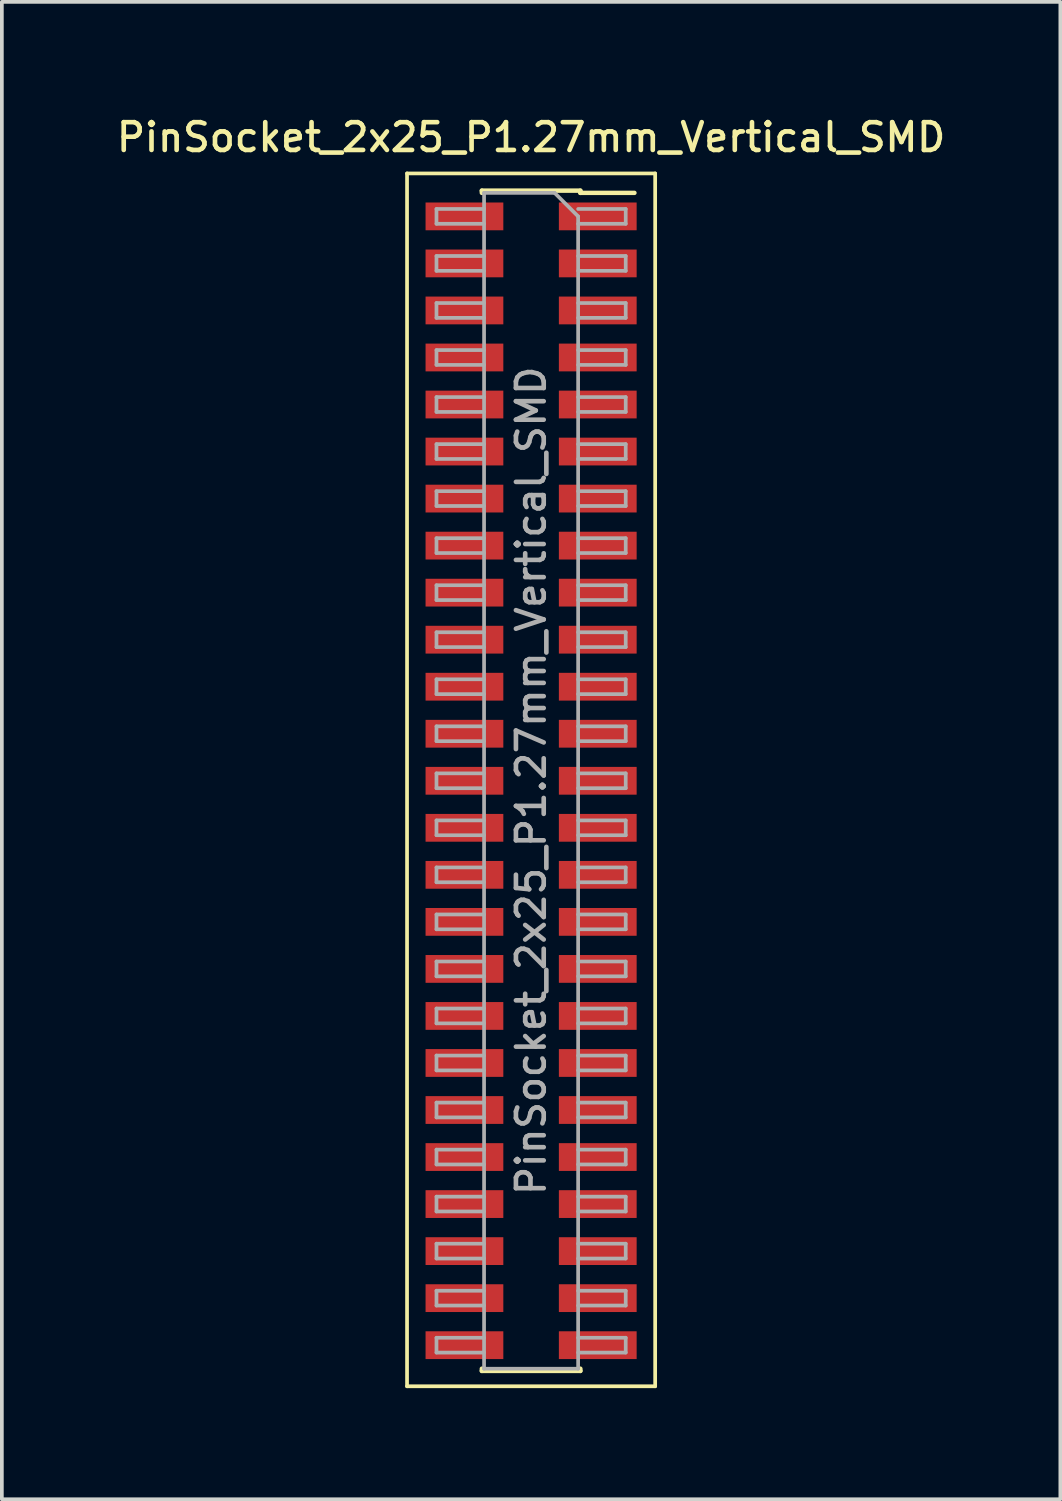
<source format=kicad_pcb>
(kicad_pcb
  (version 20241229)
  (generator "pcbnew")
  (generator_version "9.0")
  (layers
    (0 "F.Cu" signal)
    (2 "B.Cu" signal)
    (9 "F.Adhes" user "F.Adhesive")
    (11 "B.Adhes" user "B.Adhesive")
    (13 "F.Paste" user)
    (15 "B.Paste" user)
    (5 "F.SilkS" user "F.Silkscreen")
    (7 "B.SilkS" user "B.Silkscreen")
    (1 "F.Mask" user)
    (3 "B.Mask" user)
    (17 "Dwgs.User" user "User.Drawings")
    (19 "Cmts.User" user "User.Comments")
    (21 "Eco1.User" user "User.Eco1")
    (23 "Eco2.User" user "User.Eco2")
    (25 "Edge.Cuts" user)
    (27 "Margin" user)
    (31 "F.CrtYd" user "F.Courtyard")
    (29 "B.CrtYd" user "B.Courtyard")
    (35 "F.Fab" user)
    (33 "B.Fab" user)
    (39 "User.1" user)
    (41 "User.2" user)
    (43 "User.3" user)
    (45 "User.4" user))
  (footprint "PinSocket_2x25_P1.27mm_Vertical_SMD"
    (layer "F.Cu")
    (at 11.291 18.033)
    (property "Reference" "PinSocket_2x25_P1.27mm_Vertical_SMD" (at 0 -17.375 0) (layer "F.SilkS") (effects (font (size 0.75 0.75) (thickness 0.125))))
    (attr smd)
    (fp_line (start -3.35 -16.4) (end 3.35 -16.4) (stroke (width 0.1) (type solid)) (layer "F.SilkS"))
    (fp_line (start -3.35 16.35) (end -3.35 -16.4) (stroke (width 0.1) (type solid)) (layer "F.SilkS"))
    (fp_line (start -1.33 -15.935) (end -1.33 -15.875) (stroke (width 0.12) (type solid)) (layer "F.SilkS"))
    (fp_line (start -1.33 -15.935) (end 1.33 -15.935) (stroke (width 0.12) (type solid)) (layer "F.SilkS"))
    (fp_line (start -1.33 15.875) (end -1.33 15.935) (stroke (width 0.12) (type solid)) (layer "F.SilkS"))
    (fp_line (start -1.33 15.935) (end 1.33 15.935) (stroke (width 0.12) (type solid)) (layer "F.SilkS"))
    (fp_line (start 1.33 -15.935) (end 1.33 -15.875) (stroke (width 0.12) (type solid)) (layer "F.SilkS"))
    (fp_line (start 1.33 -15.875) (end 2.79 -15.875) (stroke (width 0.12) (type solid)) (layer "F.SilkS"))
    (fp_line (start 1.33 15.875) (end 1.33 15.935) (stroke (width 0.12) (type solid)) (layer "F.SilkS"))
    (fp_line (start 3.35 -16.4) (end 3.35 16.35) (stroke (width 0.1) (type solid)) (layer "F.SilkS"))
    (fp_line (start 3.35 16.35) (end -3.35 16.35) (stroke (width 0.1) (type solid)) (layer "F.SilkS"))
    (fp_line (start -2.555 -15.44) (end -1.27 -15.44) (stroke (width 0.1) (type solid)) (layer "F.Fab"))
    (fp_line (start -2.555 -15.04) (end -2.555 -15.44) (stroke (width 0.1) (type solid)) (layer "F.Fab"))
    (fp_line (start -2.555 -14.17) (end -1.27 -14.17) (stroke (width 0.1) (type solid)) (layer "F.Fab"))
    (fp_line (start -2.555 -13.77) (end -2.555 -14.17) (stroke (width 0.1) (type solid)) (layer "F.Fab"))
    (fp_line (start -2.555 -12.9) (end -1.27 -12.9) (stroke (width 0.1) (type solid)) (layer "F.Fab"))
    (fp_line (start -2.555 -12.5) (end -2.555 -12.9) (stroke (width 0.1) (type solid)) (layer "F.Fab"))
    (fp_line (start -2.555 -11.63) (end -1.27 -11.63) (stroke (width 0.1) (type solid)) (layer "F.Fab"))
    (fp_line (start -2.555 -11.23) (end -2.555 -11.63) (stroke (width 0.1) (type solid)) (layer "F.Fab"))
    (fp_line (start -2.555 -10.36) (end -1.27 -10.36) (stroke (width 0.1) (type solid)) (layer "F.Fab"))
    (fp_line (start -2.555 -9.96) (end -2.555 -10.36) (stroke (width 0.1) (type solid)) (layer "F.Fab"))
    (fp_line (start -2.555 -9.09) (end -1.27 -9.09) (stroke (width 0.1) (type solid)) (layer "F.Fab"))
    (fp_line (start -2.555 -8.69) (end -2.555 -9.09) (stroke (width 0.1) (type solid)) (layer "F.Fab"))
    (fp_line (start -2.555 -7.82) (end -1.27 -7.82) (stroke (width 0.1) (type solid)) (layer "F.Fab"))
    (fp_line (start -2.555 -7.42) (end -2.555 -7.82) (stroke (width 0.1) (type solid)) (layer "F.Fab"))
    (fp_line (start -2.555 -6.55) (end -1.27 -6.55) (stroke (width 0.1) (type solid)) (layer "F.Fab"))
    (fp_line (start -2.555 -6.15) (end -2.555 -6.55) (stroke (width 0.1) (type solid)) (layer "F.Fab"))
    (fp_line (start -2.555 -5.28) (end -1.27 -5.28) (stroke (width 0.1) (type solid)) (layer "F.Fab"))
    (fp_line (start -2.555 -4.88) (end -2.555 -5.28) (stroke (width 0.1) (type solid)) (layer "F.Fab"))
    (fp_line (start -2.555 -4.01) (end -1.27 -4.01) (stroke (width 0.1) (type solid)) (layer "F.Fab"))
    (fp_line (start -2.555 -3.61) (end -2.555 -4.01) (stroke (width 0.1) (type solid)) (layer "F.Fab"))
    (fp_line (start -2.555 -2.74) (end -1.27 -2.74) (stroke (width 0.1) (type solid)) (layer "F.Fab"))
    (fp_line (start -2.555 -2.34) (end -2.555 -2.74) (stroke (width 0.1) (type solid)) (layer "F.Fab"))
    (fp_line (start -2.555 -1.47) (end -1.27 -1.47) (stroke (width 0.1) (type solid)) (layer "F.Fab"))
    (fp_line (start -2.555 -1.07) (end -2.555 -1.47) (stroke (width 0.1) (type solid)) (layer "F.Fab"))
    (fp_line (start -2.555 -0.2) (end -1.27 -0.2) (stroke (width 0.1) (type solid)) (layer "F.Fab"))
    (fp_line (start -2.555 0.2) (end -2.555 -0.2) (stroke (width 0.1) (type solid)) (layer "F.Fab"))
    (fp_line (start -2.555 1.07) (end -1.27 1.07) (stroke (width 0.1) (type solid)) (layer "F.Fab"))
    (fp_line (start -2.555 1.47) (end -2.555 1.07) (stroke (width 0.1) (type solid)) (layer "F.Fab"))
    (fp_line (start -2.555 2.34) (end -1.27 2.34) (stroke (width 0.1) (type solid)) (layer "F.Fab"))
    (fp_line (start -2.555 2.74) (end -2.555 2.34) (stroke (width 0.1) (type solid)) (layer "F.Fab"))
    (fp_line (start -2.555 3.61) (end -1.27 3.61) (stroke (width 0.1) (type solid)) (layer "F.Fab"))
    (fp_line (start -2.555 4.01) (end -2.555 3.61) (stroke (width 0.1) (type solid)) (layer "F.Fab"))
    (fp_line (start -2.555 4.88) (end -1.27 4.88) (stroke (width 0.1) (type solid)) (layer "F.Fab"))
    (fp_line (start -2.555 5.28) (end -2.555 4.88) (stroke (width 0.1) (type solid)) (layer "F.Fab"))
    (fp_line (start -2.555 6.15) (end -1.27 6.15) (stroke (width 0.1) (type solid)) (layer "F.Fab"))
    (fp_line (start -2.555 6.55) (end -2.555 6.15) (stroke (width 0.1) (type solid)) (layer "F.Fab"))
    (fp_line (start -2.555 7.42) (end -1.27 7.42) (stroke (width 0.1) (type solid)) (layer "F.Fab"))
    (fp_line (start -2.555 7.82) (end -2.555 7.42) (stroke (width 0.1) (type solid)) (layer "F.Fab"))
    (fp_line (start -2.555 8.69) (end -1.27 8.69) (stroke (width 0.1) (type solid)) (layer "F.Fab"))
    (fp_line (start -2.555 9.09) (end -2.555 8.69) (stroke (width 0.1) (type solid)) (layer "F.Fab"))
    (fp_line (start -2.555 9.96) (end -1.27 9.96) (stroke (width 0.1) (type solid)) (layer "F.Fab"))
    (fp_line (start -2.555 10.36) (end -2.555 9.96) (stroke (width 0.1) (type solid)) (layer "F.Fab"))
    (fp_line (start -2.555 11.23) (end -1.27 11.23) (stroke (width 0.1) (type solid)) (layer "F.Fab"))
    (fp_line (start -2.555 11.63) (end -2.555 11.23) (stroke (width 0.1) (type solid)) (layer "F.Fab"))
    (fp_line (start -2.555 12.5) (end -1.27 12.5) (stroke (width 0.1) (type solid)) (layer "F.Fab"))
    (fp_line (start -2.555 12.9) (end -2.555 12.5) (stroke (width 0.1) (type solid)) (layer "F.Fab"))
    (fp_line (start -2.555 13.77) (end -1.27 13.77) (stroke (width 0.1) (type solid)) (layer "F.Fab"))
    (fp_line (start -2.555 14.17) (end -2.555 13.77) (stroke (width 0.1) (type solid)) (layer "F.Fab"))
    (fp_line (start -2.555 15.04) (end -1.27 15.04) (stroke (width 0.1) (type solid)) (layer "F.Fab"))
    (fp_line (start -2.555 15.44) (end -2.555 15.04) (stroke (width 0.1) (type solid)) (layer "F.Fab"))
    (fp_line (start -1.27 -15.875) (end 0.635 -15.875) (stroke (width 0.1) (type solid)) (layer "F.Fab"))
    (fp_line (start -1.27 -15.04) (end -2.555 -15.04) (stroke (width 0.1) (type solid)) (layer "F.Fab"))
    (fp_line (start -1.27 -13.77) (end -2.555 -13.77) (stroke (width 0.1) (type solid)) (layer "F.Fab"))
    (fp_line (start -1.27 -12.5) (end -2.555 -12.5) (stroke (width 0.1) (type solid)) (layer "F.Fab"))
    (fp_line (start -1.27 -11.23) (end -2.555 -11.23) (stroke (width 0.1) (type solid)) (layer "F.Fab"))
    (fp_line (start -1.27 -9.96) (end -2.555 -9.96) (stroke (width 0.1) (type solid)) (layer "F.Fab"))
    (fp_line (start -1.27 -8.69) (end -2.555 -8.69) (stroke (width 0.1) (type solid)) (layer "F.Fab"))
    (fp_line (start -1.27 -7.42) (end -2.555 -7.42) (stroke (width 0.1) (type solid)) (layer "F.Fab"))
    (fp_line (start -1.27 -6.15) (end -2.555 -6.15) (stroke (width 0.1) (type solid)) (layer "F.Fab"))
    (fp_line (start -1.27 -4.88) (end -2.555 -4.88) (stroke (width 0.1) (type solid)) (layer "F.Fab"))
    (fp_line (start -1.27 -3.61) (end -2.555 -3.61) (stroke (width 0.1) (type solid)) (layer "F.Fab"))
    (fp_line (start -1.27 -2.34) (end -2.555 -2.34) (stroke (width 0.1) (type solid)) (layer "F.Fab"))
    (fp_line (start -1.27 -1.07) (end -2.555 -1.07) (stroke (width 0.1) (type solid)) (layer "F.Fab"))
    (fp_line (start -1.27 0.2) (end -2.555 0.2) (stroke (width 0.1) (type solid)) (layer "F.Fab"))
    (fp_line (start -1.27 1.47) (end -2.555 1.47) (stroke (width 0.1) (type solid)) (layer "F.Fab"))
    (fp_line (start -1.27 2.74) (end -2.555 2.74) (stroke (width 0.1) (type solid)) (layer "F.Fab"))
    (fp_line (start -1.27 4.01) (end -2.555 4.01) (stroke (width 0.1) (type solid)) (layer "F.Fab"))
    (fp_line (start -1.27 5.28) (end -2.555 5.28) (stroke (width 0.1) (type solid)) (layer "F.Fab"))
    (fp_line (start -1.27 6.55) (end -2.555 6.55) (stroke (width 0.1) (type solid)) (layer "F.Fab"))
    (fp_line (start -1.27 7.82) (end -2.555 7.82) (stroke (width 0.1) (type solid)) (layer "F.Fab"))
    (fp_line (start -1.27 9.09) (end -2.555 9.09) (stroke (width 0.1) (type solid)) (layer "F.Fab"))
    (fp_line (start -1.27 10.36) (end -2.555 10.36) (stroke (width 0.1) (type solid)) (layer "F.Fab"))
    (fp_line (start -1.27 11.63) (end -2.555 11.63) (stroke (width 0.1) (type solid)) (layer "F.Fab"))
    (fp_line (start -1.27 12.9) (end -2.555 12.9) (stroke (width 0.1) (type solid)) (layer "F.Fab"))
    (fp_line (start -1.27 14.17) (end -2.555 14.17) (stroke (width 0.1) (type solid)) (layer "F.Fab"))
    (fp_line (start -1.27 15.44) (end -2.555 15.44) (stroke (width 0.1) (type solid)) (layer "F.Fab"))
    (fp_line (start -1.27 15.875) (end -1.27 -15.875) (stroke (width 0.1) (type solid)) (layer "F.Fab"))
    (fp_line (start 0.635 -15.875) (end 1.27 -15.24) (stroke (width 0.1) (type solid)) (layer "F.Fab"))
    (fp_line (start 1.27 -15.44) (end 2.555 -15.44) (stroke (width 0.1) (type solid)) (layer "F.Fab"))
    (fp_line (start 1.27 -15.24) (end 1.27 15.875) (stroke (width 0.1) (type solid)) (layer "F.Fab"))
    (fp_line (start 1.27 -14.17) (end 2.555 -14.17) (stroke (width 0.1) (type solid)) (layer "F.Fab"))
    (fp_line (start 1.27 -12.9) (end 2.555 -12.9) (stroke (width 0.1) (type solid)) (layer "F.Fab"))
    (fp_line (start 1.27 -11.63) (end 2.555 -11.63) (stroke (width 0.1) (type solid)) (layer "F.Fab"))
    (fp_line (start 1.27 -10.36) (end 2.555 -10.36) (stroke (width 0.1) (type solid)) (layer "F.Fab"))
    (fp_line (start 1.27 -9.09) (end 2.555 -9.09) (stroke (width 0.1) (type solid)) (layer "F.Fab"))
    (fp_line (start 1.27 -7.82) (end 2.555 -7.82) (stroke (width 0.1) (type solid)) (layer "F.Fab"))
    (fp_line (start 1.27 -6.55) (end 2.555 -6.55) (stroke (width 0.1) (type solid)) (layer "F.Fab"))
    (fp_line (start 1.27 -5.28) (end 2.555 -5.28) (stroke (width 0.1) (type solid)) (layer "F.Fab"))
    (fp_line (start 1.27 -4.01) (end 2.555 -4.01) (stroke (width 0.1) (type solid)) (layer "F.Fab"))
    (fp_line (start 1.27 -2.74) (end 2.555 -2.74) (stroke (width 0.1) (type solid)) (layer "F.Fab"))
    (fp_line (start 1.27 -1.47) (end 2.555 -1.47) (stroke (width 0.1) (type solid)) (layer "F.Fab"))
    (fp_line (start 1.27 -0.2) (end 2.555 -0.2) (stroke (width 0.1) (type solid)) (layer "F.Fab"))
    (fp_line (start 1.27 1.07) (end 2.555 1.07) (stroke (width 0.1) (type solid)) (layer "F.Fab"))
    (fp_line (start 1.27 2.34) (end 2.555 2.34) (stroke (width 0.1) (type solid)) (layer "F.Fab"))
    (fp_line (start 1.27 3.61) (end 2.555 3.61) (stroke (width 0.1) (type solid)) (layer "F.Fab"))
    (fp_line (start 1.27 4.88) (end 2.555 4.88) (stroke (width 0.1) (type solid)) (layer "F.Fab"))
    (fp_line (start 1.27 6.15) (end 2.555 6.15) (stroke (width 0.1) (type solid)) (layer "F.Fab"))
    (fp_line (start 1.27 7.42) (end 2.555 7.42) (stroke (width 0.1) (type solid)) (layer "F.Fab"))
    (fp_line (start 1.27 8.69) (end 2.555 8.69) (stroke (width 0.1) (type solid)) (layer "F.Fab"))
    (fp_line (start 1.27 9.96) (end 2.555 9.96) (stroke (width 0.1) (type solid)) (layer "F.Fab"))
    (fp_line (start 1.27 11.23) (end 2.555 11.23) (stroke (width 0.1) (type solid)) (layer "F.Fab"))
    (fp_line (start 1.27 12.5) (end 2.555 12.5) (stroke (width 0.1) (type solid)) (layer "F.Fab"))
    (fp_line (start 1.27 13.77) (end 2.555 13.77) (stroke (width 0.1) (type solid)) (layer "F.Fab"))
    (fp_line (start 1.27 15.04) (end 2.555 15.04) (stroke (width 0.1) (type solid)) (layer "F.Fab"))
    (fp_line (start 1.27 15.875) (end -1.27 15.875) (stroke (width 0.1) (type solid)) (layer "F.Fab"))
    (fp_line (start 2.555 -15.44) (end 2.555 -15.04) (stroke (width 0.1) (type solid)) (layer "F.Fab"))
    (fp_line (start 2.555 -15.04) (end 1.27 -15.04) (stroke (width 0.1) (type solid)) (layer "F.Fab"))
    (fp_line (start 2.555 -14.17) (end 2.555 -13.77) (stroke (width 0.1) (type solid)) (layer "F.Fab"))
    (fp_line (start 2.555 -13.77) (end 1.27 -13.77) (stroke (width 0.1) (type solid)) (layer "F.Fab"))
    (fp_line (start 2.555 -12.9) (end 2.555 -12.5) (stroke (width 0.1) (type solid)) (layer "F.Fab"))
    (fp_line (start 2.555 -12.5) (end 1.27 -12.5) (stroke (width 0.1) (type solid)) (layer "F.Fab"))
    (fp_line (start 2.555 -11.63) (end 2.555 -11.23) (stroke (width 0.1) (type solid)) (layer "F.Fab"))
    (fp_line (start 2.555 -11.23) (end 1.27 -11.23) (stroke (width 0.1) (type solid)) (layer "F.Fab"))
    (fp_line (start 2.555 -10.36) (end 2.555 -9.96) (stroke (width 0.1) (type solid)) (layer "F.Fab"))
    (fp_line (start 2.555 -9.96) (end 1.27 -9.96) (stroke (width 0.1) (type solid)) (layer "F.Fab"))
    (fp_line (start 2.555 -9.09) (end 2.555 -8.69) (stroke (width 0.1) (type solid)) (layer "F.Fab"))
    (fp_line (start 2.555 -8.69) (end 1.27 -8.69) (stroke (width 0.1) (type solid)) (layer "F.Fab"))
    (fp_line (start 2.555 -7.82) (end 2.555 -7.42) (stroke (width 0.1) (type solid)) (layer "F.Fab"))
    (fp_line (start 2.555 -7.42) (end 1.27 -7.42) (stroke (width 0.1) (type solid)) (layer "F.Fab"))
    (fp_line (start 2.555 -6.55) (end 2.555 -6.15) (stroke (width 0.1) (type solid)) (layer "F.Fab"))
    (fp_line (start 2.555 -6.15) (end 1.27 -6.15) (stroke (width 0.1) (type solid)) (layer "F.Fab"))
    (fp_line (start 2.555 -5.28) (end 2.555 -4.88) (stroke (width 0.1) (type solid)) (layer "F.Fab"))
    (fp_line (start 2.555 -4.88) (end 1.27 -4.88) (stroke (width 0.1) (type solid)) (layer "F.Fab"))
    (fp_line (start 2.555 -4.01) (end 2.555 -3.61) (stroke (width 0.1) (type solid)) (layer "F.Fab"))
    (fp_line (start 2.555 -3.61) (end 1.27 -3.61) (stroke (width 0.1) (type solid)) (layer "F.Fab"))
    (fp_line (start 2.555 -2.74) (end 2.555 -2.34) (stroke (width 0.1) (type solid)) (layer "F.Fab"))
    (fp_line (start 2.555 -2.34) (end 1.27 -2.34) (stroke (width 0.1) (type solid)) (layer "F.Fab"))
    (fp_line (start 2.555 -1.47) (end 2.555 -1.07) (stroke (width 0.1) (type solid)) (layer "F.Fab"))
    (fp_line (start 2.555 -1.07) (end 1.27 -1.07) (stroke (width 0.1) (type solid)) (layer "F.Fab"))
    (fp_line (start 2.555 -0.2) (end 2.555 0.2) (stroke (width 0.1) (type solid)) (layer "F.Fab"))
    (fp_line (start 2.555 0.2) (end 1.27 0.2) (stroke (width 0.1) (type solid)) (layer "F.Fab"))
    (fp_line (start 2.555 1.07) (end 2.555 1.47) (stroke (width 0.1) (type solid)) (layer "F.Fab"))
    (fp_line (start 2.555 1.47) (end 1.27 1.47) (stroke (width 0.1) (type solid)) (layer "F.Fab"))
    (fp_line (start 2.555 2.34) (end 2.555 2.74) (stroke (width 0.1) (type solid)) (layer "F.Fab"))
    (fp_line (start 2.555 2.74) (end 1.27 2.74) (stroke (width 0.1) (type solid)) (layer "F.Fab"))
    (fp_line (start 2.555 3.61) (end 2.555 4.01) (stroke (width 0.1) (type solid)) (layer "F.Fab"))
    (fp_line (start 2.555 4.01) (end 1.27 4.01) (stroke (width 0.1) (type solid)) (layer "F.Fab"))
    (fp_line (start 2.555 4.88) (end 2.555 5.28) (stroke (width 0.1) (type solid)) (layer "F.Fab"))
    (fp_line (start 2.555 5.28) (end 1.27 5.28) (stroke (width 0.1) (type solid)) (layer "F.Fab"))
    (fp_line (start 2.555 6.15) (end 2.555 6.55) (stroke (width 0.1) (type solid)) (layer "F.Fab"))
    (fp_line (start 2.555 6.55) (end 1.27 6.55) (stroke (width 0.1) (type solid)) (layer "F.Fab"))
    (fp_line (start 2.555 7.42) (end 2.555 7.82) (stroke (width 0.1) (type solid)) (layer "F.Fab"))
    (fp_line (start 2.555 7.82) (end 1.27 7.82) (stroke (width 0.1) (type solid)) (layer "F.Fab"))
    (fp_line (start 2.555 8.69) (end 2.555 9.09) (stroke (width 0.1) (type solid)) (layer "F.Fab"))
    (fp_line (start 2.555 9.09) (end 1.27 9.09) (stroke (width 0.1) (type solid)) (layer "F.Fab"))
    (fp_line (start 2.555 9.96) (end 2.555 10.36) (stroke (width 0.1) (type solid)) (layer "F.Fab"))
    (fp_line (start 2.555 10.36) (end 1.27 10.36) (stroke (width 0.1) (type solid)) (layer "F.Fab"))
    (fp_line (start 2.555 11.23) (end 2.555 11.63) (stroke (width 0.1) (type solid)) (layer "F.Fab"))
    (fp_line (start 2.555 11.63) (end 1.27 11.63) (stroke (width 0.1) (type solid)) (layer "F.Fab"))
    (fp_line (start 2.555 12.5) (end 2.555 12.9) (stroke (width 0.1) (type solid)) (layer "F.Fab"))
    (fp_line (start 2.555 12.9) (end 1.27 12.9) (stroke (width 0.1) (type solid)) (layer "F.Fab"))
    (fp_line (start 2.555 13.77) (end 2.555 14.17) (stroke (width 0.1) (type solid)) (layer "F.Fab"))
    (fp_line (start 2.555 14.17) (end 1.27 14.17) (stroke (width 0.1) (type solid)) (layer "F.Fab"))
    (fp_line (start 2.555 15.04) (end 2.555 15.44) (stroke (width 0.1) (type solid)) (layer "F.Fab"))
    (fp_line (start 2.555 15.44) (end 1.27 15.44) (stroke (width 0.1) (type solid)) (layer "F.Fab"))
    (fp_text user "${REFERENCE}" (at 0 0 90) (layer "F.Fab") (effects (font (size 0.75 0.75) (thickness 0.125))))
    (pad "1" smd rect (at 1.8 -15.24) (size 2.1 0.75) (layers "F.Cu" "F.Mask" "F.Paste"))
    (pad "2" smd rect (at -1.8 -15.24) (size 2.1 0.75) (layers "F.Cu" "F.Mask" "F.Paste"))
    (pad "3" smd rect (at 1.8 -13.97) (size 2.1 0.75) (layers "F.Cu" "F.Mask" "F.Paste"))
    (pad "4" smd rect (at -1.8 -13.97) (size 2.1 0.75) (layers "F.Cu" "F.Mask" "F.Paste"))
    (pad "5" smd rect (at 1.8 -12.7) (size 2.1 0.75) (layers "F.Cu" "F.Mask" "F.Paste"))
    (pad "6" smd rect (at -1.8 -12.7) (size 2.1 0.75) (layers "F.Cu" "F.Mask" "F.Paste"))
    (pad "7" smd rect (at 1.8 -11.43) (size 2.1 0.75) (layers "F.Cu" "F.Mask" "F.Paste"))
    (pad "8" smd rect (at -1.8 -11.43) (size 2.1 0.75) (layers "F.Cu" "F.Mask" "F.Paste"))
    (pad "9" smd rect (at 1.8 -10.16) (size 2.1 0.75) (layers "F.Cu" "F.Mask" "F.Paste"))
    (pad "10" smd rect (at -1.8 -10.16) (size 2.1 0.75) (layers "F.Cu" "F.Mask" "F.Paste"))
    (pad "11" smd rect (at 1.8 -8.89) (size 2.1 0.75) (layers "F.Cu" "F.Mask" "F.Paste"))
    (pad "12" smd rect (at -1.8 -8.89) (size 2.1 0.75) (layers "F.Cu" "F.Mask" "F.Paste"))
    (pad "13" smd rect (at 1.8 -7.62) (size 2.1 0.75) (layers "F.Cu" "F.Mask" "F.Paste"))
    (pad "14" smd rect (at -1.8 -7.62) (size 2.1 0.75) (layers "F.Cu" "F.Mask" "F.Paste"))
    (pad "15" smd rect (at 1.8 -6.35) (size 2.1 0.75) (layers "F.Cu" "F.Mask" "F.Paste"))
    (pad "16" smd rect (at -1.8 -6.35) (size 2.1 0.75) (layers "F.Cu" "F.Mask" "F.Paste"))
    (pad "17" smd rect (at 1.8 -5.08) (size 2.1 0.75) (layers "F.Cu" "F.Mask" "F.Paste"))
    (pad "18" smd rect (at -1.8 -5.08) (size 2.1 0.75) (layers "F.Cu" "F.Mask" "F.Paste"))
    (pad "19" smd rect (at 1.8 -3.81) (size 2.1 0.75) (layers "F.Cu" "F.Mask" "F.Paste"))
    (pad "20" smd rect (at -1.8 -3.81) (size 2.1 0.75) (layers "F.Cu" "F.Mask" "F.Paste"))
    (pad "21" smd rect (at 1.8 -2.54) (size 2.1 0.75) (layers "F.Cu" "F.Mask" "F.Paste"))
    (pad "22" smd rect (at -1.8 -2.54) (size 2.1 0.75) (layers "F.Cu" "F.Mask" "F.Paste"))
    (pad "23" smd rect (at 1.8 -1.27) (size 2.1 0.75) (layers "F.Cu" "F.Mask" "F.Paste"))
    (pad "24" smd rect (at -1.8 -1.27) (size 2.1 0.75) (layers "F.Cu" "F.Mask" "F.Paste"))
    (pad "25" smd rect (at 1.8 0) (size 2.1 0.75) (layers "F.Cu" "F.Mask" "F.Paste"))
    (pad "26" smd rect (at -1.8 0) (size 2.1 0.75) (layers "F.Cu" "F.Mask" "F.Paste"))
    (pad "27" smd rect (at 1.8 1.27) (size 2.1 0.75) (layers "F.Cu" "F.Mask" "F.Paste"))
    (pad "28" smd rect (at -1.8 1.27) (size 2.1 0.75) (layers "F.Cu" "F.Mask" "F.Paste"))
    (pad "29" smd rect (at 1.8 2.54) (size 2.1 0.75) (layers "F.Cu" "F.Mask" "F.Paste"))
    (pad "30" smd rect (at -1.8 2.54) (size 2.1 0.75) (layers "F.Cu" "F.Mask" "F.Paste"))
    (pad "31" smd rect (at 1.8 3.81) (size 2.1 0.75) (layers "F.Cu" "F.Mask" "F.Paste"))
    (pad "32" smd rect (at -1.8 3.81) (size 2.1 0.75) (layers "F.Cu" "F.Mask" "F.Paste"))
    (pad "33" smd rect (at 1.8 5.08) (size 2.1 0.75) (layers "F.Cu" "F.Mask" "F.Paste"))
    (pad "34" smd rect (at -1.8 5.08) (size 2.1 0.75) (layers "F.Cu" "F.Mask" "F.Paste"))
    (pad "35" smd rect (at 1.8 6.35) (size 2.1 0.75) (layers "F.Cu" "F.Mask" "F.Paste"))
    (pad "36" smd rect (at -1.8 6.35) (size 2.1 0.75) (layers "F.Cu" "F.Mask" "F.Paste"))
    (pad "37" smd rect (at 1.8 7.62) (size 2.1 0.75) (layers "F.Cu" "F.Mask" "F.Paste"))
    (pad "38" smd rect (at -1.8 7.62) (size 2.1 0.75) (layers "F.Cu" "F.Mask" "F.Paste"))
    (pad "39" smd rect (at 1.8 8.89) (size 2.1 0.75) (layers "F.Cu" "F.Mask" "F.Paste"))
    (pad "40" smd rect (at -1.8 8.89) (size 2.1 0.75) (layers "F.Cu" "F.Mask" "F.Paste"))
    (pad "41" smd rect (at 1.8 10.16) (size 2.1 0.75) (layers "F.Cu" "F.Mask" "F.Paste"))
    (pad "42" smd rect (at -1.8 10.16) (size 2.1 0.75) (layers "F.Cu" "F.Mask" "F.Paste"))
    (pad "43" smd rect (at 1.8 11.43) (size 2.1 0.75) (layers "F.Cu" "F.Mask" "F.Paste"))
    (pad "44" smd rect (at -1.8 11.43) (size 2.1 0.75) (layers "F.Cu" "F.Mask" "F.Paste"))
    (pad "45" smd rect (at 1.8 12.7) (size 2.1 0.75) (layers "F.Cu" "F.Mask" "F.Paste"))
    (pad "46" smd rect (at -1.8 12.7) (size 2.1 0.75) (layers "F.Cu" "F.Mask" "F.Paste"))
    (pad "47" smd rect (at 1.8 13.97) (size 2.1 0.75) (layers "F.Cu" "F.Mask" "F.Paste"))
    (pad "48" smd rect (at -1.8 13.97) (size 2.1 0.75) (layers "F.Cu" "F.Mask" "F.Paste"))
    (pad "49" smd rect (at 1.8 15.24) (size 2.1 0.75) (layers "F.Cu" "F.Mask" "F.Paste"))
    (pad "50" smd rect (at -1.8 15.24) (size 2.1 0.75) (layers "F.Cu" "F.Mask" "F.Paste")))
  (gr_rect
    (start -3 -3)
    (end 25.582 37.433)
    (stroke (width 0.1) (type default))
    (fill no)
    (layer "Edge.Cuts")))
</source>
